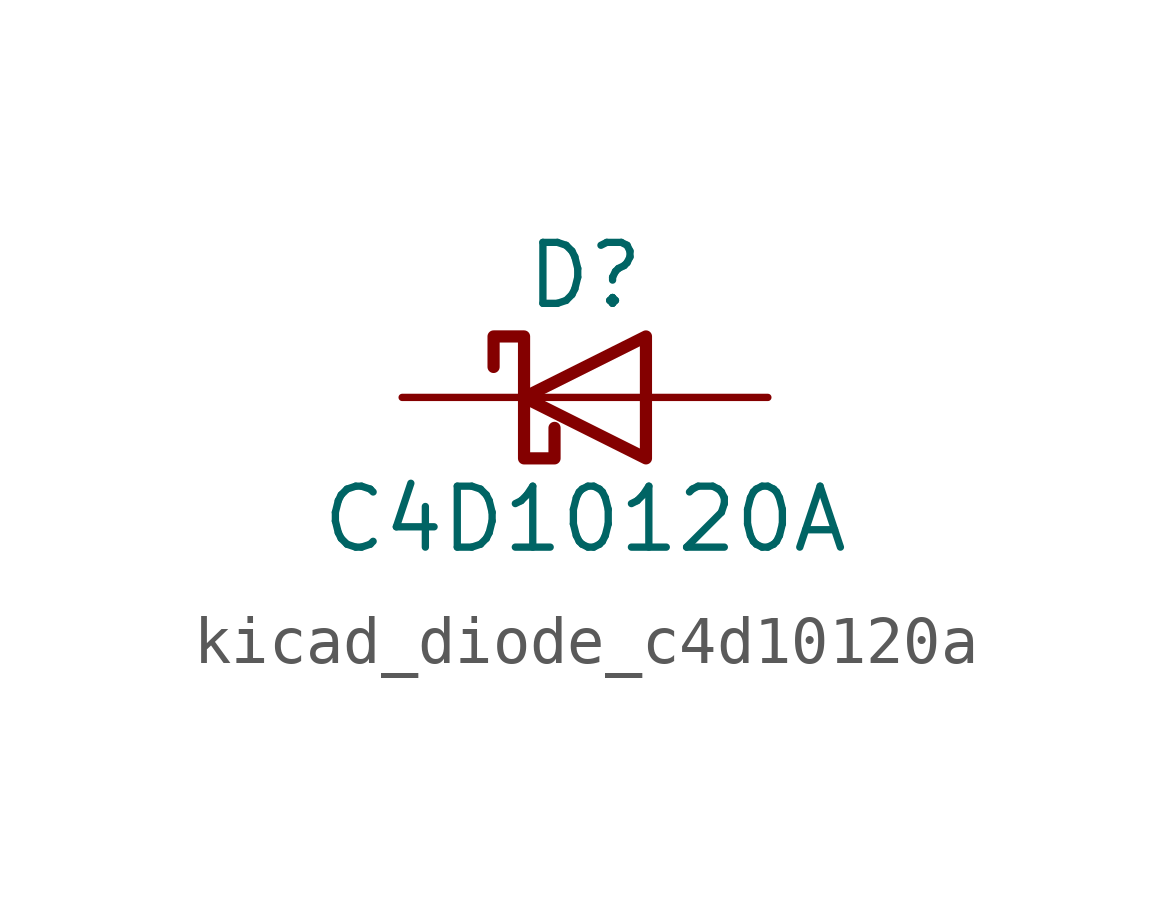
<source format=kicad_sym>
(kicad_symbol_lib
  (version 20220914)
  (generator kicad_symbol_editor)
  (symbol "kicad_diode_c4d10120a"
    (pin_numbers hide)
    (pin_names
      (offset 1.016) hide)
    (property "Reference" "D"
      (at 0 2.54 0)
      (effects (font (size 1.27 1.27))))
    (property "Value" "C4D10120A"
      (at 0 -2.54 0)
      (effects (font (size 1.27 1.27))))
    (symbol "kicad_diode_c4d10120a_0_1"
      (polyline (pts (xy 1.27 0) (xy -1.27 0)) (stroke (width 0) (type default)) (fill (type none)))
      (polyline (pts (xy 1.27 1.27) (xy 1.27 -1.27) (xy -1.27 0) (xy 1.27 1.27)) (stroke (width 0.254) (type default)) (fill (type none)))
      (polyline (pts (xy -1.905 0.635) (xy -1.905 1.27) (xy -1.27 1.27) (xy -1.27 -1.27) (xy -0.635 -1.27) (xy -0.635 -0.635)) (stroke (width 0.254) (type default)) (fill (type none))))
    (symbol "kicad_diode_c4d10120a_1_1"
      (pin passive line (at -3.81 0 0) (length 2.54) (name "K" (effects (font (size 1.27 1.27)))) (number "1" (effects (font (size 1.27 1.27)))))
      (pin passive line (at 3.81 0 180) (length 2.54) (name "A" (effects (font (size 1.27 1.27)))) (number "2" (effects (font (size 1.27 1.27))))))))
</source>
